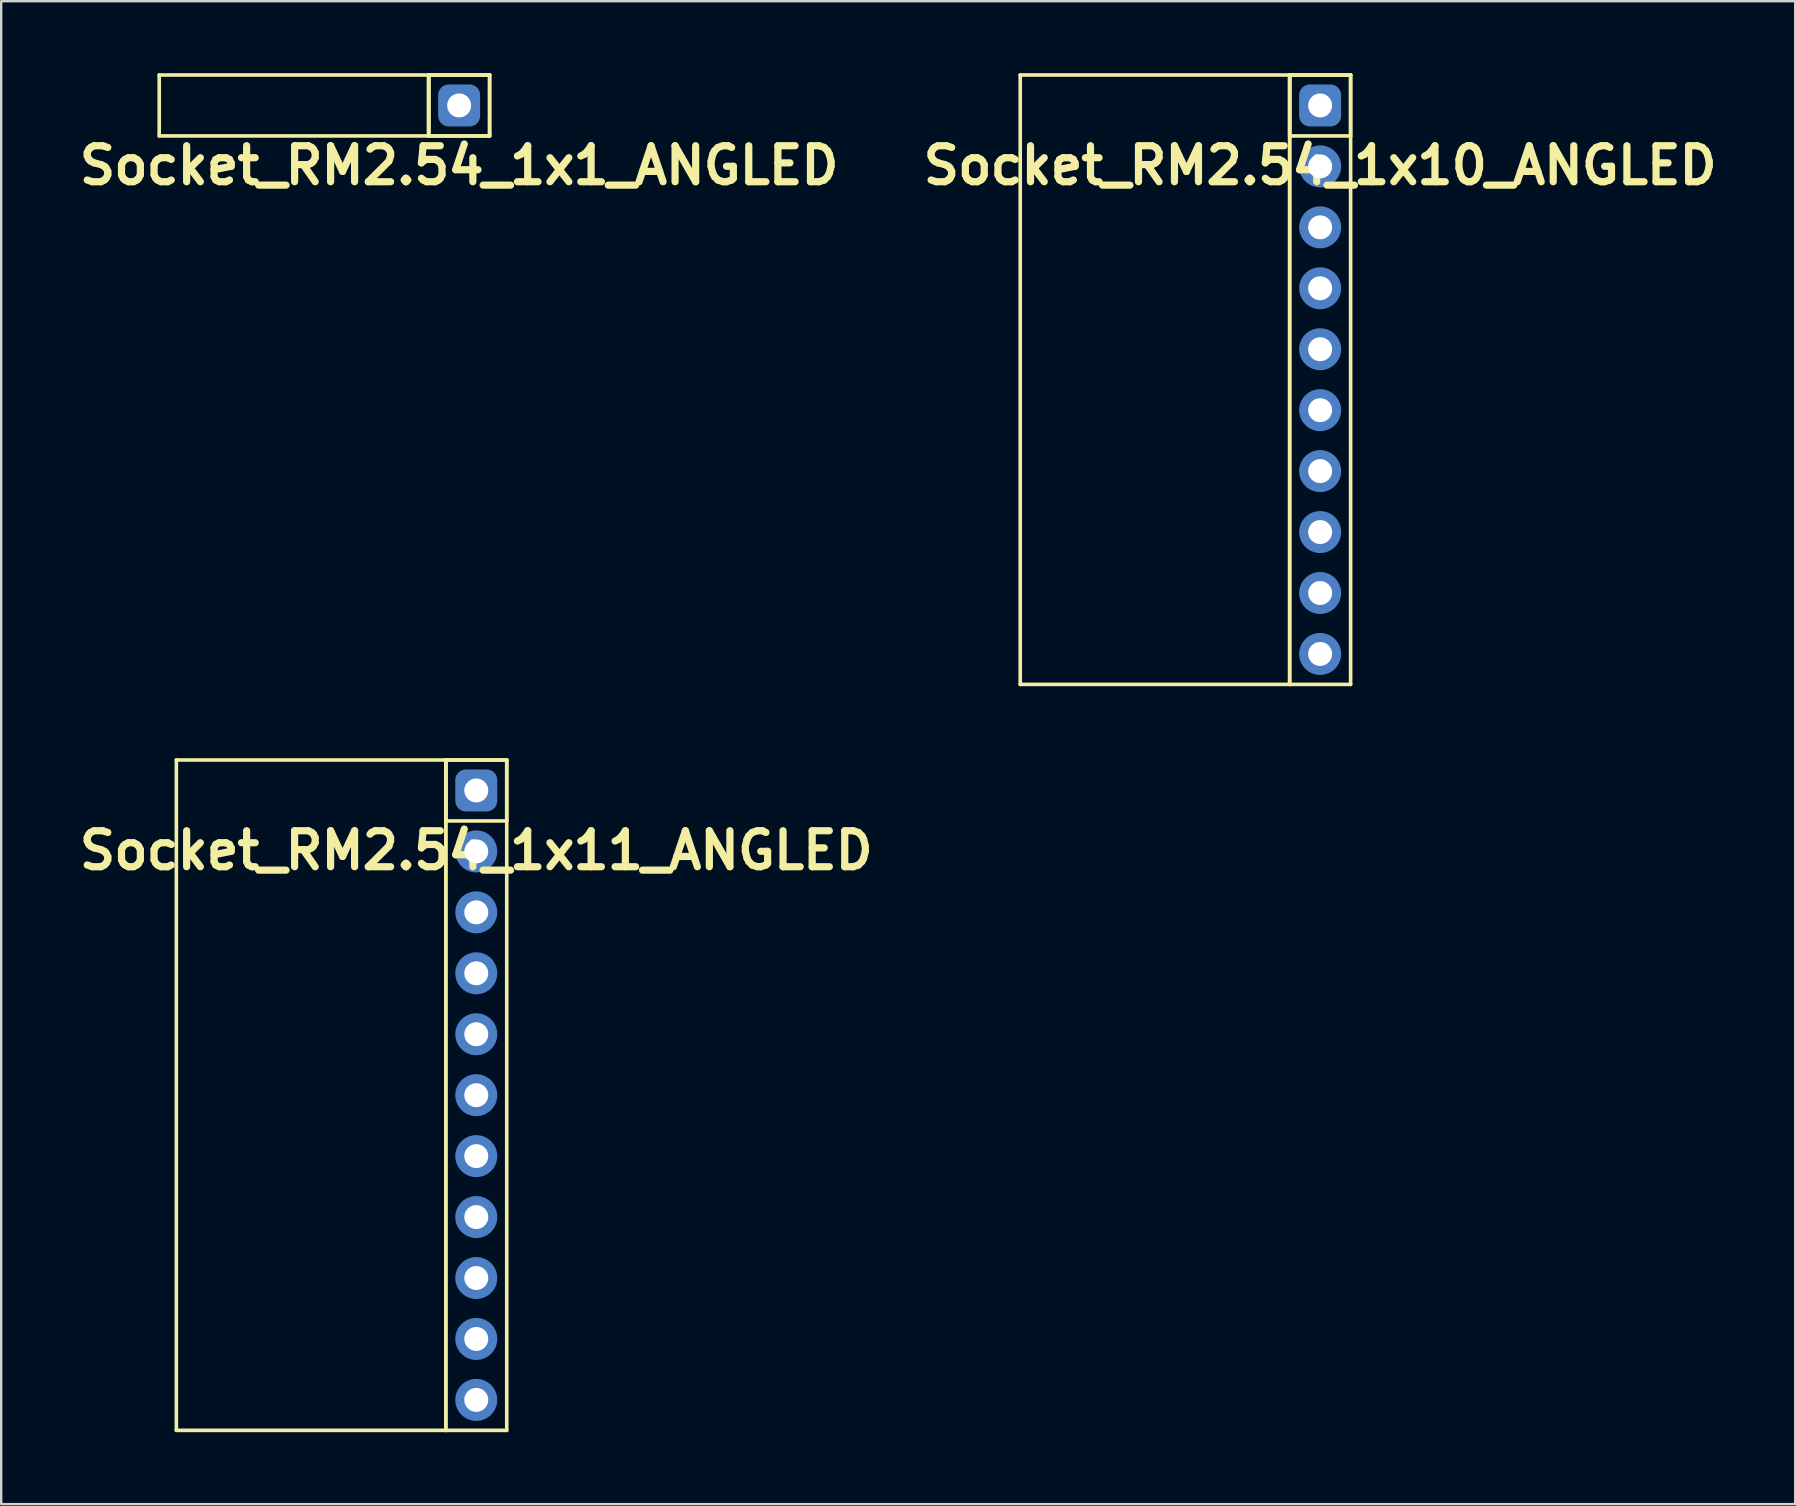
<source format=kicad_pcb>
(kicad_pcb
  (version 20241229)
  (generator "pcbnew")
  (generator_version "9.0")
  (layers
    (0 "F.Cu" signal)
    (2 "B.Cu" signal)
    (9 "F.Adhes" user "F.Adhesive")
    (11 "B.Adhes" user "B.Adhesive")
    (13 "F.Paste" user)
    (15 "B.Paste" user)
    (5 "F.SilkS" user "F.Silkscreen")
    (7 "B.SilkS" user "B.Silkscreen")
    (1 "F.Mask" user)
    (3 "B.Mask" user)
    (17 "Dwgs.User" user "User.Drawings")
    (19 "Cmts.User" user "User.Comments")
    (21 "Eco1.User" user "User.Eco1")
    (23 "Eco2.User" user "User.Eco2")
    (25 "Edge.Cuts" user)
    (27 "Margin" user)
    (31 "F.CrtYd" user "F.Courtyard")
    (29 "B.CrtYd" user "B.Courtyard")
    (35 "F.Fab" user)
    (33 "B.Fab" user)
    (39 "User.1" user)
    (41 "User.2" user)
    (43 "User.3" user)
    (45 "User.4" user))
  (footprint "Socket_RM2.54_1x1_ANGLED"
    (layer "F.Cu")
    (at 16.086 1.345)
    (property "Reference" "Socket_RM2.54_1x1_ANGLED" (at 0 2.5 0) (layer "F.SilkS") (effects (font (size 1.5 1.5) (thickness 0.3))))
    (attr through_hole)
    (fp_line (start -12.5 -1.27) (end -1.27 -1.27) (stroke (width 0.15) (type solid)) (layer "F.SilkS"))
    (fp_line (start -12.5 1.27) (end -12.5 -1.27) (stroke (width 0.15) (type solid)) (layer "F.SilkS"))
    (fp_line (start -1.27 -1.27) (end -1.27 1.27) (stroke (width 0.15) (type solid)) (layer "F.SilkS"))
    (fp_line (start -1.27 -1.27) (end 1.27 -1.27) (stroke (width 0.15) (type solid)) (layer "F.SilkS"))
    (fp_line (start -1.27 -1.27) (end 1.27 -1.27) (stroke (width 0.15) (type solid)) (layer "F.SilkS"))
    (fp_line (start -1.27 1.27) (end -12.5 1.27) (stroke (width 0.15) (type solid)) (layer "F.SilkS"))
    (fp_line (start -1.27 1.27) (end -1.27 -1.27) (stroke (width 0.15) (type solid)) (layer "F.SilkS"))
    (fp_line (start -1.27 1.27) (end -1.27 -1.27) (stroke (width 0.15) (type solid)) (layer "F.SilkS"))
    (fp_line (start 1.27 -1.27) (end 1.27 1.27) (stroke (width 0.15) (type solid)) (layer "F.SilkS"))
    (fp_line (start 1.27 -1.27) (end 1.27 1.27) (stroke (width 0.15) (type solid)) (layer "F.SilkS"))
    (fp_line (start 1.27 1.27) (end -1.27 1.27) (stroke (width 0.15) (type solid)) (layer "F.SilkS"))
    (fp_line (start 1.27 1.27) (end -1.27 1.27) (stroke (width 0.15) (type solid)) (layer "F.SilkS"))
    (pad "1" thru_hole circle (at 0 0) (size 1.3 1.3) (drill 1) (layers "*.Cu" "*.Mask"))
    (pad "1" smd roundrect (at 0 0) (size 1.5 1.5) (layers "F.Cu" "F.Mask") (roundrect_rratio 0.25))
    (pad "1" smd roundrect (at 0 0) (size 1.75 1.75) (layers "B.Cu" "B.Mask") (roundrect_rratio 0.25)))
  (footprint "Socket_RM2.54_1x10_ANGLED"
    (layer "F.Cu")
    (at 51.971 1.345)
    (property "Reference" "Socket_RM2.54_1x10_ANGLED" (at 0 2.5 0) (layer "F.SilkS") (effects (font (size 1.5 1.5) (thickness 0.3))))
    (attr through_hole)
    (fp_line (start -12.5 -1.27) (end -1.27 -1.27) (stroke (width 0.15) (type solid)) (layer "F.SilkS"))
    (fp_line (start -12.5 24.13) (end -12.5 -1.27) (stroke (width 0.15) (type solid)) (layer "F.SilkS"))
    (fp_line (start -1.27 -1.27) (end -1.27 24.13) (stroke (width 0.15) (type solid)) (layer "F.SilkS"))
    (fp_line (start -1.27 -1.27) (end 1.27 -1.27) (stroke (width 0.15) (type solid)) (layer "F.SilkS"))
    (fp_line (start -1.27 -1.27) (end 1.27 -1.27) (stroke (width 0.15) (type solid)) (layer "F.SilkS"))
    (fp_line (start -1.27 1.27) (end -1.27 -1.27) (stroke (width 0.15) (type solid)) (layer "F.SilkS"))
    (fp_line (start -1.27 24.13) (end -12.5 24.13) (stroke (width 0.15) (type solid)) (layer "F.SilkS"))
    (fp_line (start -1.27 24.13) (end -1.27 -1.27) (stroke (width 0.15) (type solid)) (layer "F.SilkS"))
    (fp_line (start 1.27 -1.27) (end 1.27 1.27) (stroke (width 0.15) (type solid)) (layer "F.SilkS"))
    (fp_line (start 1.27 -1.27) (end 1.27 24.13) (stroke (width 0.15) (type solid)) (layer "F.SilkS"))
    (fp_line (start 1.27 1.27) (end -1.27 1.27) (stroke (width 0.15) (type solid)) (layer "F.SilkS"))
    (fp_line (start 1.27 24.13) (end -1.27 24.13) (stroke (width 0.15) (type solid)) (layer "F.SilkS"))
    (pad "1" thru_hole circle (at 0 0) (size 1.3 1.3) (drill 1) (layers "*.Cu" "*.Mask"))
    (pad "1" smd roundrect (at 0 0) (size 1.5 1.5) (layers "F.Cu" "F.Mask") (roundrect_rratio 0.25))
    (pad "1" smd roundrect (at 0 0) (size 1.75 1.75) (layers "B.Cu" "B.Mask") (roundrect_rratio 0.25))
    (pad "2" thru_hole circle (at 0 2.54) (size 1.3 1.3) (drill 1) (layers "*.Cu" "*.Mask"))
    (pad "2" smd circle (at 0 2.54) (size 1.5 1.5) (layers "F.Cu" "F.Mask"))
    (pad "2" smd circle (at 0 2.54) (size 1.75 1.75) (layers "B.Cu" "B.Mask"))
    (pad "3" thru_hole circle (at 0 5.08) (size 1.3 1.3) (drill 1) (layers "*.Cu" "*.Mask"))
    (pad "3" smd circle (at 0 5.08) (size 1.5 1.5) (layers "F.Cu" "F.Mask"))
    (pad "3" smd circle (at 0 5.08) (size 1.75 1.75) (layers "B.Cu" "B.Mask"))
    (pad "4" thru_hole circle (at 0 7.62) (size 1.3 1.3) (drill 1) (layers "*.Cu" "*.Mask"))
    (pad "4" smd circle (at 0 7.62) (size 1.5 1.5) (layers "F.Cu" "F.Mask"))
    (pad "4" smd circle (at 0 7.62) (size 1.75 1.75) (layers "B.Cu" "B.Mask"))
    (pad "5" thru_hole circle (at 0 10.16) (size 1.3 1.3) (drill 1) (layers "*.Cu" "*.Mask"))
    (pad "5" smd circle (at 0 10.16) (size 1.5 1.5) (layers "F.Cu" "F.Mask"))
    (pad "5" smd circle (at 0 10.16) (size 1.75 1.75) (layers "B.Cu" "B.Mask"))
    (pad "6" thru_hole circle (at 0 12.7) (size 1.3 1.3) (drill 1) (layers "*.Cu" "*.Mask"))
    (pad "6" smd circle (at 0 12.7) (size 1.5 1.5) (layers "F.Cu" "F.Mask"))
    (pad "6" smd circle (at 0 12.7) (size 1.75 1.75) (layers "B.Cu" "B.Mask"))
    (pad "7" thru_hole circle (at 0 15.24) (size 1.3 1.3) (drill 1) (layers "*.Cu" "*.Mask"))
    (pad "7" smd circle (at 0 15.24) (size 1.5 1.5) (layers "F.Cu" "F.Mask"))
    (pad "7" smd circle (at 0 15.24) (size 1.75 1.75) (layers "B.Cu" "B.Mask"))
    (pad "8" thru_hole circle (at 0 17.78) (size 1.3 1.3) (drill 1) (layers "*.Cu" "*.Mask"))
    (pad "8" smd circle (at 0 17.78) (size 1.5 1.5) (layers "F.Cu" "F.Mask"))
    (pad "8" smd circle (at 0 17.78) (size 1.75 1.75) (layers "B.Cu" "B.Mask"))
    (pad "9" thru_hole circle (at 0 20.32) (size 1.3 1.3) (drill 1) (layers "*.Cu" "*.Mask"))
    (pad "9" smd circle (at 0 20.32) (size 1.5 1.5) (layers "F.Cu" "F.Mask"))
    (pad "9" smd circle (at 0 20.32) (size 1.75 1.75) (layers "B.Cu" "B.Mask"))
    (pad "10" thru_hole circle (at 0 22.86) (size 1.3 1.3) (drill 1) (layers "*.Cu" "*.Mask"))
    (pad "10" smd circle (at 0 22.86) (size 1.5 1.5) (layers "F.Cu" "F.Mask"))
    (pad "10" smd circle (at 0 22.86) (size 1.75 1.75) (layers "B.Cu" "B.Mask")))
  (footprint "Socket_RM2.54_1x11_ANGLED"
    (layer "F.Cu")
    (at 16.8 29.895)
    (property "Reference" "Socket_RM2.54_1x11_ANGLED" (at 0 2.5 0) (layer "F.SilkS") (effects (font (size 1.5 1.5) (thickness 0.3))))
    (attr through_hole)
    (fp_line (start -12.5 -1.27) (end -1.27 -1.27) (stroke (width 0.15) (type solid)) (layer "F.SilkS"))
    (fp_line (start -12.5 26.67) (end -12.5 -1.27) (stroke (width 0.15) (type solid)) (layer "F.SilkS"))
    (fp_line (start -1.27 -1.27) (end -1.27 26.67) (stroke (width 0.15) (type solid)) (layer "F.SilkS"))
    (fp_line (start -1.27 -1.27) (end 1.27 -1.27) (stroke (width 0.15) (type solid)) (layer "F.SilkS"))
    (fp_line (start -1.27 -1.27) (end 1.27 -1.27) (stroke (width 0.15) (type solid)) (layer "F.SilkS"))
    (fp_line (start -1.27 1.27) (end -1.27 -1.27) (stroke (width 0.15) (type solid)) (layer "F.SilkS"))
    (fp_line (start -1.27 26.67) (end -12.5 26.67) (stroke (width 0.15) (type solid)) (layer "F.SilkS"))
    (fp_line (start -1.27 26.67) (end -1.27 -1.27) (stroke (width 0.15) (type solid)) (layer "F.SilkS"))
    (fp_line (start 1.27 -1.27) (end 1.27 1.27) (stroke (width 0.15) (type solid)) (layer "F.SilkS"))
    (fp_line (start 1.27 -1.27) (end 1.27 26.67) (stroke (width 0.15) (type solid)) (layer "F.SilkS"))
    (fp_line (start 1.27 1.27) (end -1.27 1.27) (stroke (width 0.15) (type solid)) (layer "F.SilkS"))
    (fp_line (start 1.27 26.67) (end -1.27 26.67) (stroke (width 0.15) (type solid)) (layer "F.SilkS"))
    (pad "1" thru_hole circle (at 0 0) (size 1.3 1.3) (drill 1) (layers "*.Cu" "*.Mask"))
    (pad "1" smd roundrect (at 0 0) (size 1.5 1.5) (layers "F.Cu" "F.Mask") (roundrect_rratio 0.25))
    (pad "1" smd roundrect (at 0 0) (size 1.75 1.75) (layers "B.Cu" "B.Mask") (roundrect_rratio 0.25))
    (pad "2" thru_hole circle (at 0 2.54) (size 1.3 1.3) (drill 1) (layers "*.Cu" "*.Mask"))
    (pad "2" smd circle (at 0 2.54) (size 1.5 1.5) (layers "F.Cu" "F.Mask"))
    (pad "2" smd circle (at 0 2.54) (size 1.75 1.75) (layers "B.Cu" "B.Mask"))
    (pad "3" thru_hole circle (at 0 5.08) (size 1.3 1.3) (drill 1) (layers "*.Cu" "*.Mask"))
    (pad "3" smd circle (at 0 5.08) (size 1.5 1.5) (layers "F.Cu" "F.Mask"))
    (pad "3" smd circle (at 0 5.08) (size 1.75 1.75) (layers "B.Cu" "B.Mask"))
    (pad "4" thru_hole circle (at 0 7.62) (size 1.3 1.3) (drill 1) (layers "*.Cu" "*.Mask"))
    (pad "4" smd circle (at 0 7.62) (size 1.5 1.5) (layers "F.Cu" "F.Mask"))
    (pad "4" smd circle (at 0 7.62) (size 1.75 1.75) (layers "B.Cu" "B.Mask"))
    (pad "5" thru_hole circle (at 0 10.16) (size 1.3 1.3) (drill 1) (layers "*.Cu" "*.Mask"))
    (pad "5" smd circle (at 0 10.16) (size 1.5 1.5) (layers "F.Cu" "F.Mask"))
    (pad "5" smd circle (at 0 10.16) (size 1.75 1.75) (layers "B.Cu" "B.Mask"))
    (pad "6" thru_hole circle (at 0 12.7) (size 1.3 1.3) (drill 1) (layers "*.Cu" "*.Mask"))
    (pad "6" smd circle (at 0 12.7) (size 1.5 1.5) (layers "F.Cu" "F.Mask"))
    (pad "6" smd circle (at 0 12.7) (size 1.75 1.75) (layers "B.Cu" "B.Mask"))
    (pad "7" thru_hole circle (at 0 15.24) (size 1.3 1.3) (drill 1) (layers "*.Cu" "*.Mask"))
    (pad "7" smd circle (at 0 15.24) (size 1.5 1.5) (layers "F.Cu" "F.Mask"))
    (pad "7" smd circle (at 0 15.24) (size 1.75 1.75) (layers "B.Cu" "B.Mask"))
    (pad "8" thru_hole circle (at 0 17.78) (size 1.3 1.3) (drill 1) (layers "*.Cu" "*.Mask"))
    (pad "8" smd circle (at 0 17.78) (size 1.5 1.5) (layers "F.Cu" "F.Mask"))
    (pad "8" smd circle (at 0 17.78) (size 1.75 1.75) (layers "B.Cu" "B.Mask"))
    (pad "9" thru_hole circle (at 0 20.32) (size 1.3 1.3) (drill 1) (layers "*.Cu" "*.Mask"))
    (pad "9" smd circle (at 0 20.32) (size 1.5 1.5) (layers "F.Cu" "F.Mask"))
    (pad "9" smd circle (at 0 20.32) (size 1.75 1.75) (layers "B.Cu" "B.Mask"))
    (pad "10" thru_hole circle (at 0 22.86) (size 1.3 1.3) (drill 1) (layers "*.Cu" "*.Mask"))
    (pad "10" smd circle (at 0 22.86) (size 1.5 1.5) (layers "F.Cu" "F.Mask"))
    (pad "10" smd circle (at 0 22.86) (size 1.75 1.75) (layers "B.Cu" "B.Mask"))
    (pad "11" thru_hole circle (at 0 25.4) (size 1.3 1.3) (drill 1) (layers "*.Cu" "*.Mask"))
    (pad "11" smd circle (at 0 25.4) (size 1.5 1.5) (layers "F.Cu" "F.Mask"))
    (pad "11" smd circle (at 0 25.4) (size 1.75 1.75) (layers "B.Cu" "B.Mask")))
  (gr_rect
    (start -3 -3)
    (end 71.771 59.64)
    (stroke (width 0.1) (type default))
    (fill no)
    (layer "Edge.Cuts")))
</source>
